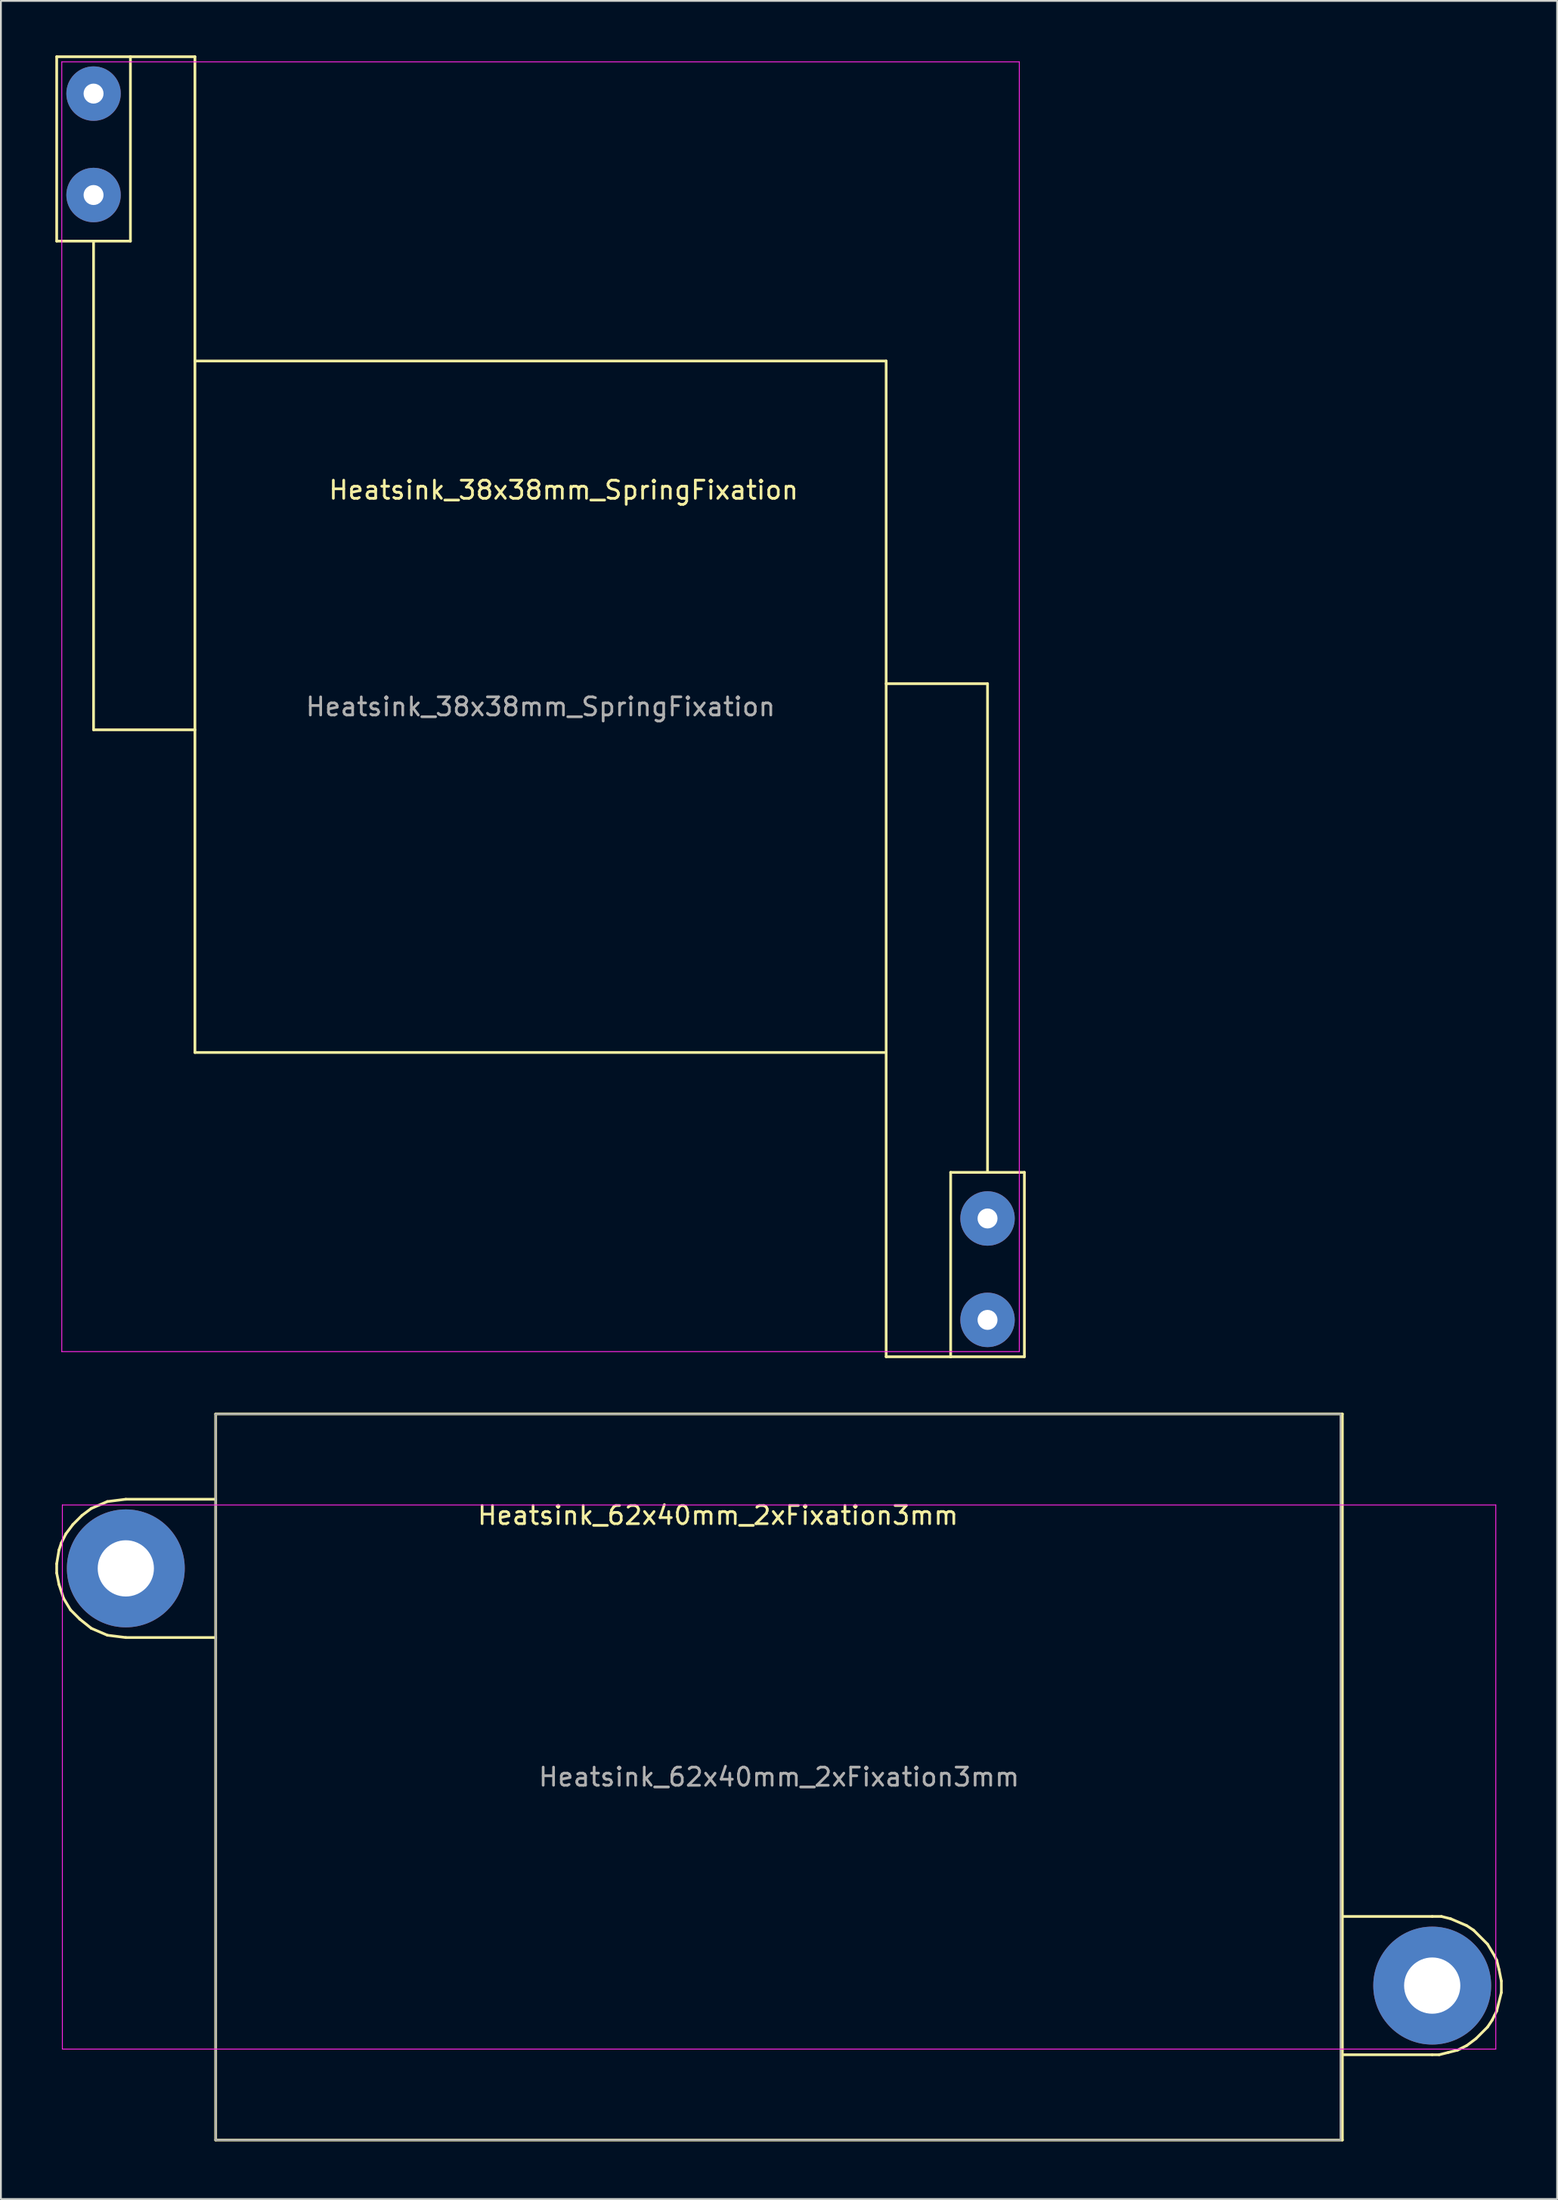
<source format=kicad_pcb>
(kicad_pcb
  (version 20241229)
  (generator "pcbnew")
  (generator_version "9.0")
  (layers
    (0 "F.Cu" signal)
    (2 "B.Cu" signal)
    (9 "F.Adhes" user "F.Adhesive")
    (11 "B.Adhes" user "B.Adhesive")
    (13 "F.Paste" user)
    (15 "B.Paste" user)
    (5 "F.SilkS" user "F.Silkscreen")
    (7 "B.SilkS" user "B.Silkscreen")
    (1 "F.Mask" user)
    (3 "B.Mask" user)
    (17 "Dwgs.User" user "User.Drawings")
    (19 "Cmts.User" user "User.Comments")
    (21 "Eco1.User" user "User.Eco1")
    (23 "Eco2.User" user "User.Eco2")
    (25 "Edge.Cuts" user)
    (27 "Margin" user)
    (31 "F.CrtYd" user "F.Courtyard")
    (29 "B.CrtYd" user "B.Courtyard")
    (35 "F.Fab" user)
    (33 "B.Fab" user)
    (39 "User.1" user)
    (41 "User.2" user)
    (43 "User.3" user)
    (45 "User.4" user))
  (footprint "Heatsink_62x40mm_2xFixation3mm"
    (layer "F.Cu")
    (at 8.838 114.858)
    (property "Reference" "Heatsink_62x40mm_2xFixation3mm" (at 27.686 -34.417 0) (layer "F.SilkS") (effects (font (size 1 1) (thickness 0.15))))
    (attr through_hole)
    (fp_line (start -8.763 -31.75) (end -8.763 -31.242) (stroke (width 0.15) (type solid)) (layer "F.SilkS"))
    (fp_line (start -8.763 -31.242) (end -8.636 -30.607) (stroke (width 0.15) (type solid)) (layer "F.SilkS"))
    (fp_line (start -8.636 -32.512) (end -8.763 -31.75) (stroke (width 0.15) (type solid)) (layer "F.SilkS"))
    (fp_line (start -8.636 -30.607) (end -8.382 -29.845) (stroke (width 0.15) (type solid)) (layer "F.SilkS"))
    (fp_line (start -8.509 -32.893) (end -8.636 -32.512) (stroke (width 0.15) (type solid)) (layer "F.SilkS"))
    (fp_line (start -8.382 -29.845) (end -8.001 -29.21) (stroke (width 0.15) (type solid)) (layer "F.SilkS"))
    (fp_line (start -8.255 -33.401) (end -8.509 -32.893) (stroke (width 0.15) (type solid)) (layer "F.SilkS"))
    (fp_line (start -8.001 -29.21) (end -7.493 -28.702) (stroke (width 0.15) (type solid)) (layer "F.SilkS"))
    (fp_line (start -7.874 -33.909) (end -8.255 -33.401) (stroke (width 0.15) (type solid)) (layer "F.SilkS"))
    (fp_line (start -7.493 -28.702) (end -6.858 -28.194) (stroke (width 0.15) (type solid)) (layer "F.SilkS"))
    (fp_line (start -7.366 -34.417) (end -7.874 -33.909) (stroke (width 0.15) (type solid)) (layer "F.SilkS"))
    (fp_line (start -6.858 -34.798) (end -7.366 -34.417) (stroke (width 0.15) (type solid)) (layer "F.SilkS"))
    (fp_line (start -6.858 -28.194) (end -5.969 -27.813) (stroke (width 0.15) (type solid)) (layer "F.SilkS"))
    (fp_line (start -5.969 -35.179) (end -6.858 -34.798) (stroke (width 0.15) (type solid)) (layer "F.SilkS"))
    (fp_line (start -5.969 -27.813) (end -4.953 -27.686) (stroke (width 0.15) (type solid)) (layer "F.SilkS"))
    (fp_line (start -4.953 -35.306) (end -5.969 -35.179) (stroke (width 0.15) (type solid)) (layer "F.SilkS"))
    (fp_line (start -4.953 -35.306) (end 0 -35.306) (stroke (width 0.15) (type solid)) (layer "F.SilkS"))
    (fp_line (start 0 -40.005) (end 0 0) (stroke (width 0.15) (type solid)) (layer "F.SilkS"))
    (fp_line (start 0 -27.686) (end -4.953 -27.686) (stroke (width 0.15) (type solid)) (layer "F.SilkS"))
    (fp_line (start 0 0) (end 62.103 0) (stroke (width 0.15) (type solid)) (layer "F.SilkS"))
    (fp_line (start 62.103 -40.005) (end 0 -40.005) (stroke (width 0.15) (type solid)) (layer "F.SilkS"))
    (fp_line (start 62.103 0) (end 62.103 -40.005) (stroke (width 0.15) (type solid)) (layer "F.SilkS"))
    (fp_line (start 67.056 -12.319) (end 62.103 -12.319) (stroke (width 0.15) (type solid)) (layer "F.SilkS"))
    (fp_line (start 67.056 -12.319) (end 67.564 -12.319) (stroke (width 0.15) (type solid)) (layer "F.SilkS"))
    (fp_line (start 67.056 -4.699) (end 62.103 -4.699) (stroke (width 0.15) (type solid)) (layer "F.SilkS"))
    (fp_line (start 67.437 -4.699) (end 67.056 -4.699) (stroke (width 0.15) (type solid)) (layer "F.SilkS"))
    (fp_line (start 67.564 -12.319) (end 68.072 -12.192) (stroke (width 0.15) (type solid)) (layer "F.SilkS"))
    (fp_line (start 67.945 -4.826) (end 67.437 -4.699) (stroke (width 0.15) (type solid)) (layer "F.SilkS"))
    (fp_line (start 68.072 -12.192) (end 68.961 -11.811) (stroke (width 0.15) (type solid)) (layer "F.SilkS"))
    (fp_line (start 68.453 -4.953) (end 67.945 -4.826) (stroke (width 0.15) (type solid)) (layer "F.SilkS"))
    (fp_line (start 68.961 -11.811) (end 69.342 -11.557) (stroke (width 0.15) (type solid)) (layer "F.SilkS"))
    (fp_line (start 68.961 -5.207) (end 68.453 -4.953) (stroke (width 0.15) (type solid)) (layer "F.SilkS"))
    (fp_line (start 69.342 -11.557) (end 70.104 -10.795) (stroke (width 0.15) (type solid)) (layer "F.SilkS"))
    (fp_line (start 69.469 -5.588) (end 68.961 -5.207) (stroke (width 0.15) (type solid)) (layer "F.SilkS"))
    (fp_line (start 70.104 -10.795) (end 70.485 -10.16) (stroke (width 0.15) (type solid)) (layer "F.SilkS"))
    (fp_line (start 70.104 -6.223) (end 69.469 -5.588) (stroke (width 0.15) (type solid)) (layer "F.SilkS"))
    (fp_line (start 70.358 -6.604) (end 70.104 -6.223) (stroke (width 0.15) (type solid)) (layer "F.SilkS"))
    (fp_line (start 70.485 -10.16) (end 70.612 -9.906) (stroke (width 0.15) (type solid)) (layer "F.SilkS"))
    (fp_line (start 70.485 -6.858) (end 70.358 -6.604) (stroke (width 0.15) (type solid)) (layer "F.SilkS"))
    (fp_line (start 70.612 -9.906) (end 70.739 -9.398) (stroke (width 0.15) (type solid)) (layer "F.SilkS"))
    (fp_line (start 70.612 -7.112) (end 70.485 -6.858) (stroke (width 0.15) (type solid)) (layer "F.SilkS"))
    (fp_line (start 70.739 -9.398) (end 70.866 -8.763) (stroke (width 0.15) (type solid)) (layer "F.SilkS"))
    (fp_line (start 70.866 -8.763) (end 70.866 -8.128) (stroke (width 0.15) (type solid)) (layer "F.SilkS"))
    (fp_line (start 70.866 -8.128) (end 70.612 -7.112) (stroke (width 0.15) (type solid)) (layer "F.SilkS"))
    (fp_line (start -8.45 -34.99) (end -8.45 -5.01) (stroke (width 0.05) (type solid)) (layer "F.CrtYd"))
    (fp_line (start -8.45 -34.99) (end 70.56 -34.99) (stroke (width 0.05) (type solid)) (layer "F.CrtYd"))
    (fp_line (start 70.56 -5.01) (end -8.45 -5.01) (stroke (width 0.05) (type solid)) (layer "F.CrtYd"))
    (fp_line (start 70.56 -5.01) (end 70.56 -34.99) (stroke (width 0.05) (type solid)) (layer "F.CrtYd"))
    (fp_line (start 0 -40) (end 62 -40) (stroke (width 0.1) (type solid)) (layer "F.Fab"))
    (fp_line (start 0 0) (end 0 -40) (stroke (width 0.1) (type solid)) (layer "F.Fab"))
    (fp_line (start 62 -40) (end 62 0) (stroke (width 0.1) (type solid)) (layer "F.Fab"))
    (fp_line (start 62 0) (end 0 0) (stroke (width 0.1) (type solid)) (layer "F.Fab"))
    (fp_text user "${REFERENCE}" (at 31.052 -20.002 0) (layer "F.Fab") (effects (font (size 1 1) (thickness 0.15))))
    (pad "1" thru_hole circle (at -4.953 -31.496) (size 6.497 6.497) (drill 3.099) (layers "*.Cu" "*.Mask"))
    (pad "1" thru_hole circle (at 67.056 -8.509) (size 6.497 6.497) (drill 3.099) (layers "*.Cu" "*.Mask")))
  (footprint "Heatsink_38x38mm_SpringFixation"
    (layer "F.Cu")
    (at 7.695 54.939)
    (property "Reference" "Heatsink_38x38mm_SpringFixation" (at 20.32 -30.988 0) (layer "F.SilkS") (effects (font (size 1 1) (thickness 0.15))))
    (attr through_hole)
    (fp_line (start -7.62 -54.864) (end -7.62 -44.704) (stroke (width 0.15) (type solid)) (layer "F.SilkS"))
    (fp_line (start -7.62 -44.704) (end -3.556 -44.704) (stroke (width 0.15) (type solid)) (layer "F.SilkS"))
    (fp_line (start -5.588 -17.78) (end -5.588 -44.704) (stroke (width 0.15) (type solid)) (layer "F.SilkS"))
    (fp_line (start -3.556 -54.864) (end -7.62 -54.864) (stroke (width 0.15) (type solid)) (layer "F.SilkS"))
    (fp_line (start -3.556 -54.864) (end 0 -54.864) (stroke (width 0.15) (type solid)) (layer "F.SilkS"))
    (fp_line (start -3.556 -44.704) (end -3.556 -54.864) (stroke (width 0.15) (type solid)) (layer "F.SilkS"))
    (fp_line (start 0 -54.864) (end 0 -38.1) (stroke (width 0.15) (type solid)) (layer "F.SilkS"))
    (fp_line (start 0 -38.1) (end 0 0) (stroke (width 0.15) (type solid)) (layer "F.SilkS"))
    (fp_line (start 0 -17.78) (end -5.588 -17.78) (stroke (width 0.15) (type solid)) (layer "F.SilkS"))
    (fp_line (start 0 0) (end 38.1 0) (stroke (width 0.15) (type solid)) (layer "F.SilkS"))
    (fp_line (start 38.1 -38.1) (end 0 -38.1) (stroke (width 0.15) (type solid)) (layer "F.SilkS"))
    (fp_line (start 38.1 -20.32) (end 43.688 -20.32) (stroke (width 0.15) (type solid)) (layer "F.SilkS"))
    (fp_line (start 38.1 0) (end 38.1 -38.1) (stroke (width 0.15) (type solid)) (layer "F.SilkS"))
    (fp_line (start 38.1 16.764) (end 38.1 0) (stroke (width 0.15) (type solid)) (layer "F.SilkS"))
    (fp_line (start 41.656 6.604) (end 41.656 16.764) (stroke (width 0.15) (type solid)) (layer "F.SilkS"))
    (fp_line (start 41.656 16.764) (end 38.1 16.764) (stroke (width 0.15) (type solid)) (layer "F.SilkS"))
    (fp_line (start 43.688 -20.32) (end 43.688 6.604) (stroke (width 0.15) (type solid)) (layer "F.SilkS"))
    (fp_line (start 45.72 6.604) (end 41.656 6.604) (stroke (width 0.15) (type solid)) (layer "F.SilkS"))
    (fp_line (start 45.72 6.604) (end 45.72 16.764) (stroke (width 0.15) (type solid)) (layer "F.SilkS"))
    (fp_line (start 45.72 16.764) (end 41.656 16.764) (stroke (width 0.15) (type solid)) (layer "F.SilkS"))
    (fp_line (start -7.34 -54.58) (end -7.34 16.48) (stroke (width 0.05) (type solid)) (layer "F.CrtYd"))
    (fp_line (start -7.34 -54.58) (end 45.44 -54.58) (stroke (width 0.05) (type solid)) (layer "F.CrtYd"))
    (fp_line (start 45.44 16.48) (end -7.34 16.48) (stroke (width 0.05) (type solid)) (layer "F.CrtYd"))
    (fp_line (start 45.44 16.48) (end 45.44 -54.58) (stroke (width 0.05) (type solid)) (layer "F.CrtYd"))
    (fp_text user "${REFERENCE}" (at 19.05 -19.05 0) (layer "F.Fab") (effects (font (size 1 1) (thickness 0.15))))
    (pad "1" thru_hole circle (at -5.588 -52.832) (size 3 3) (drill 1.1) (layers "*.Cu" "*.Mask"))
    (pad "1" thru_hole circle (at -5.588 -47.244) (size 3 3) (drill 1.1) (layers "*.Cu" "*.Mask"))
    (pad "1" thru_hole circle (at 43.688 9.144) (size 3 3) (drill 1.1) (layers "*.Cu" "*.Mask"))
    (pad "1" thru_hole circle (at 43.688 14.732) (size 3 3) (drill 1.1) (layers "*.Cu" "*.Mask")))
  (gr_rect
    (start -3 -3)
    (end 82.779 118.108)
    (stroke (width 0.1) (type default))
    (fill no)
    (layer "Edge.Cuts")))
</source>
